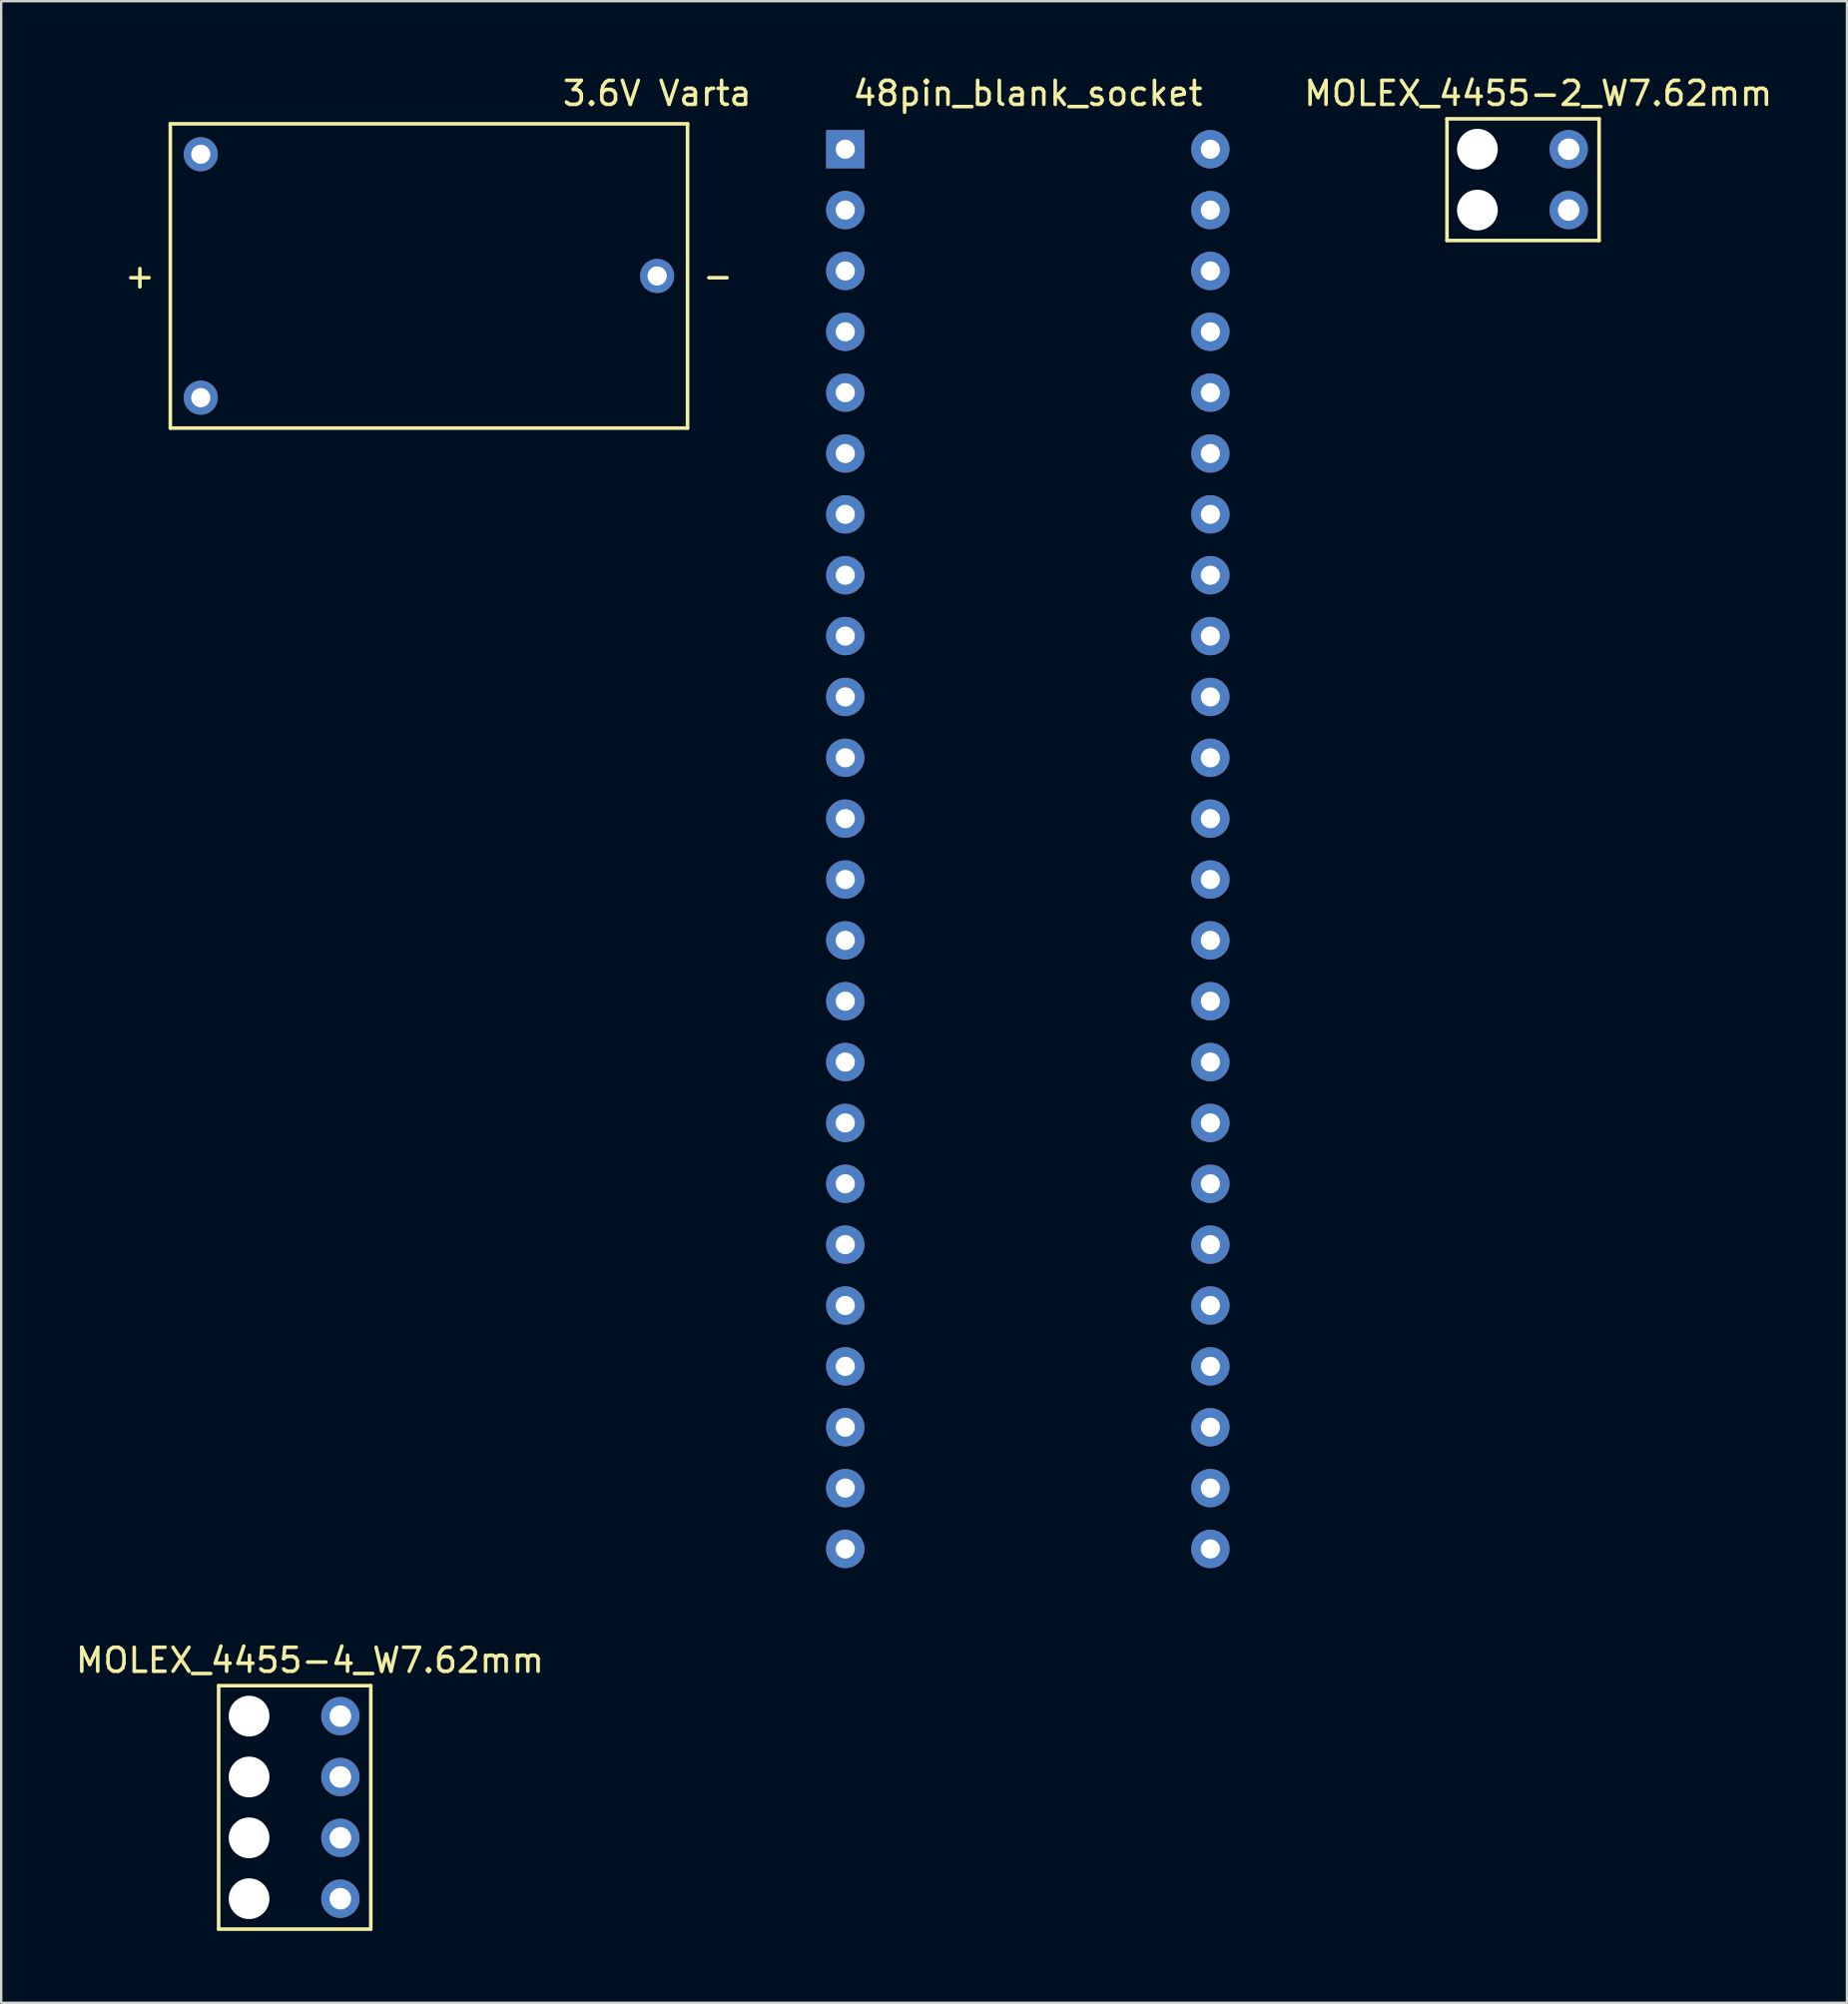
<source format=kicad_pcb>
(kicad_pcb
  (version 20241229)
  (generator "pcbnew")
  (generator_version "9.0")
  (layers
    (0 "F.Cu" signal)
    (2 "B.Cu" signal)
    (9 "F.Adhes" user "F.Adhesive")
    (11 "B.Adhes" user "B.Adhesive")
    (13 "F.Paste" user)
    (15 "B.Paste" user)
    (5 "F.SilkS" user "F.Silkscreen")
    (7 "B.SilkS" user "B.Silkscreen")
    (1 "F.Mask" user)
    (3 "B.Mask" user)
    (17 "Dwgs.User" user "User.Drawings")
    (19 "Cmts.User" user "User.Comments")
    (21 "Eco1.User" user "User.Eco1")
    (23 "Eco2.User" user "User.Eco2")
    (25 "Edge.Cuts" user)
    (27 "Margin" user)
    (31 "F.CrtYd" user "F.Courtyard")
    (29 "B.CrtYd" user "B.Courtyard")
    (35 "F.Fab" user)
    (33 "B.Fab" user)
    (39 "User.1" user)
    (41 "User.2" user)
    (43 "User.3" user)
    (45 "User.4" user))
  (footprint "MOLEX_4455-4_W7.62mm"
    (layer "F.Cu")
    (at 7.347 68.576)
    (property "Reference" "MOLEX_4455-4_W7.62mm" (at 2.54 -2.33 0) (layer "F.SilkS") (effects (font (size 1 1) (thickness 0.15))))
    (attr through_hole)
    (fp_line (start -1.27 -1.27) (end -1.27 8.89) (stroke (width 0.15) (type solid)) (layer "F.SilkS"))
    (fp_line (start -1.27 -1.27) (end 5.08 -1.27) (stroke (width 0.15) (type solid)) (layer "F.SilkS"))
    (fp_line (start -1.27 8.89) (end 5.08 8.89) (stroke (width 0.15) (type solid)) (layer "F.SilkS"))
    (fp_line (start 5.08 -1.27) (end 5.08 8.89) (stroke (width 0.15) (type solid)) (layer "F.SilkS"))
    (pad "" np_thru_hole circle (at 0 0) (size 1.7 1.7) (drill 1.7) (layers "*.Cu" "*.Mask"))
    (pad "" np_thru_hole circle (at 0 2.54) (size 1.7 1.7) (drill 1.7) (layers "*.Cu" "*.Mask"))
    (pad "" np_thru_hole circle (at 0 5.08) (size 1.7 1.7) (drill 1.7) (layers "*.Cu" "*.Mask"))
    (pad "" np_thru_hole circle (at 0 7.62) (size 1.7 1.7) (drill 1.7) (layers "*.Cu" "*.Mask"))
    (pad "1" thru_hole circle (at 3.81 0) (size 1.6 1.6) (drill 0.9) (layers "*.Cu" "*.Mask"))
    (pad "2" thru_hole circle (at 3.81 2.54) (size 1.6 1.6) (drill 0.9) (layers "*.Cu" "*.Mask"))
    (pad "3" thru_hole circle (at 3.81 5.08) (size 1.6 1.6) (drill 0.9) (layers "*.Cu" "*.Mask"))
    (pad "4" thru_hole circle (at 3.81 7.62) (size 1.6 1.6) (drill 0.9) (layers "*.Cu" "*.Mask")))
  (footprint "MOLEX_4455-2_W7.62mm"
    (layer "F.Cu")
    (at 58.62 3.178)
    (property "Reference" "MOLEX_4455-2_W7.62mm" (at 2.54 -2.33 0) (layer "F.SilkS") (effects (font (size 1 1) (thickness 0.15))))
    (attr through_hole)
    (fp_line (start -1.27 3.81) (end -1.27 -1.27) (stroke (width 0.15) (type solid)) (layer "F.SilkS"))
    (fp_line (start 5.08 -1.27) (end -1.27 -1.27) (stroke (width 0.15) (type solid)) (layer "F.SilkS"))
    (fp_line (start 5.08 -1.27) (end 5.08 3.81) (stroke (width 0.15) (type solid)) (layer "F.SilkS"))
    (fp_line (start 5.08 3.81) (end -1.27 3.81) (stroke (width 0.15) (type solid)) (layer "F.SilkS"))
    (pad "" np_thru_hole circle (at 0 0) (size 1.7 1.7) (drill 1.7) (layers "*.Cu" "*.Mask"))
    (pad "" np_thru_hole circle (at 0 2.54) (size 1.7 1.7) (drill 1.7) (layers "*.Cu" "*.Mask"))
    (pad "1" thru_hole circle (at 3.81 0) (size 1.6 1.6) (drill 0.9) (layers "*.Cu" "*.Mask"))
    (pad "2" thru_hole circle (at 3.81 2.54) (size 1.6 1.6) (drill 0.9) (layers "*.Cu" "*.Mask")))
  (footprint "3.6V Varta"
    (layer "F.Cu")
    (at 0.25 2.118)
    (property "Reference" "3.6V Varta" (at 24.13 -1.27 0) (layer "F.SilkS") (effects (font (size 1 1) (thickness 0.15))))
    (attr through_hole)
    (fp_line (start 3.81 0) (end 3.81 12.7) (stroke (width 0.15) (type solid)) (layer "F.SilkS"))
    (fp_line (start 3.81 12.7) (end 25.4 12.7) (stroke (width 0.15) (type solid)) (layer "F.SilkS"))
    (fp_line (start 25.4 0) (end 3.81 0) (stroke (width 0.15) (type solid)) (layer "F.SilkS"))
    (fp_line (start 25.4 12.7) (end 25.4 0) (stroke (width 0.15) (type solid)) (layer "F.SilkS"))
    (fp_text user "-" (at 26.67 6.35 0) (layer "F.SilkS") (effects (font (size 1 1) (thickness 0.15))))
    (fp_text user "+" (at 2.54 6.35 0) (layer "F.SilkS") (effects (font (size 1 1) (thickness 0.15))))
    (pad "1" thru_hole circle (at 5.08 1.27) (size 1.422 1.422) (drill 0.8) (layers "*.Cu" "*.Mask"))
    (pad "2" thru_hole circle (at 5.08 11.43) (size 1.422 1.422) (drill 0.8) (layers "*.Cu" "*.Mask"))
    (pad "3" thru_hole circle (at 24.13 6.35) (size 1.422 1.422) (drill 0.8) (layers "*.Cu" "*.Mask")))
  (footprint "48pin_blank_socket"
    (layer "F.Cu")
    (at 32.234 3.178)
    (property "Reference" "48pin_blank_socket" (at 7.62 -2.33 0) (layer "F.SilkS") (effects (font (size 1 1) (thickness 0.15))))
    (attr through_hole)
    (pad "1" thru_hole rect (at 0 0) (size 1.6 1.6) (drill 0.8) (layers "*.Cu" "*.Mask"))
    (pad "2" thru_hole oval (at 0 2.54) (size 1.6 1.6) (drill 0.8) (layers "*.Cu" "*.Mask"))
    (pad "3" thru_hole oval (at 0 5.08) (size 1.6 1.6) (drill 0.8) (layers "*.Cu" "*.Mask"))
    (pad "4" thru_hole oval (at 0 7.62) (size 1.6 1.6) (drill 0.8) (layers "*.Cu" "*.Mask"))
    (pad "5" thru_hole oval (at 0 10.16) (size 1.6 1.6) (drill 0.8) (layers "*.Cu" "*.Mask"))
    (pad "6" thru_hole oval (at 0 12.7) (size 1.6 1.6) (drill 0.8) (layers "*.Cu" "*.Mask"))
    (pad "7" thru_hole oval (at 0 15.24) (size 1.6 1.6) (drill 0.8) (layers "*.Cu" "*.Mask"))
    (pad "8" thru_hole oval (at 0 17.78) (size 1.6 1.6) (drill 0.8) (layers "*.Cu" "*.Mask"))
    (pad "9" thru_hole oval (at 0 20.32) (size 1.6 1.6) (drill 0.8) (layers "*.Cu" "*.Mask"))
    (pad "10" thru_hole oval (at 0 22.86) (size 1.6 1.6) (drill 0.8) (layers "*.Cu" "*.Mask"))
    (pad "11" thru_hole oval (at 0 25.4) (size 1.6 1.6) (drill 0.8) (layers "*.Cu" "*.Mask"))
    (pad "12" thru_hole oval (at 0 27.94) (size 1.6 1.6) (drill 0.8) (layers "*.Cu" "*.Mask"))
    (pad "13" thru_hole oval (at 0 30.48) (size 1.6 1.6) (drill 0.8) (layers "*.Cu" "*.Mask"))
    (pad "14" thru_hole oval (at 0 33.02) (size 1.6 1.6) (drill 0.8) (layers "*.Cu" "*.Mask"))
    (pad "15" thru_hole oval (at 0 35.56) (size 1.6 1.6) (drill 0.8) (layers "*.Cu" "*.Mask"))
    (pad "16" thru_hole oval (at 0 38.1) (size 1.6 1.6) (drill 0.8) (layers "*.Cu" "*.Mask"))
    (pad "17" thru_hole oval (at 0 40.64) (size 1.6 1.6) (drill 0.8) (layers "*.Cu" "*.Mask"))
    (pad "18" thru_hole oval (at 0 43.18) (size 1.6 1.6) (drill 0.8) (layers "*.Cu" "*.Mask"))
    (pad "19" thru_hole oval (at 0 45.72) (size 1.6 1.6) (drill 0.8) (layers "*.Cu" "*.Mask"))
    (pad "20" thru_hole oval (at 0 48.26) (size 1.6 1.6) (drill 0.8) (layers "*.Cu" "*.Mask"))
    (pad "21" thru_hole oval (at 0 50.8) (size 1.6 1.6) (drill 0.8) (layers "*.Cu" "*.Mask"))
    (pad "22" thru_hole oval (at 0 53.34) (size 1.6 1.6) (drill 0.8) (layers "*.Cu" "*.Mask"))
    (pad "23" thru_hole oval (at 0 55.88) (size 1.6 1.6) (drill 0.8) (layers "*.Cu" "*.Mask"))
    (pad "24" thru_hole oval (at 0 58.42) (size 1.6 1.6) (drill 0.8) (layers "*.Cu" "*.Mask"))
    (pad "25" thru_hole oval (at 15.24 58.42) (size 1.6 1.6) (drill 0.8) (layers "*.Cu" "*.Mask"))
    (pad "26" thru_hole oval (at 15.24 55.88) (size 1.6 1.6) (drill 0.8) (layers "*.Cu" "*.Mask"))
    (pad "27" thru_hole oval (at 15.24 53.34) (size 1.6 1.6) (drill 0.8) (layers "*.Cu" "*.Mask"))
    (pad "28" thru_hole oval (at 15.24 50.8) (size 1.6 1.6) (drill 0.8) (layers "*.Cu" "*.Mask"))
    (pad "29" thru_hole oval (at 15.24 48.26) (size 1.6 1.6) (drill 0.8) (layers "*.Cu" "*.Mask"))
    (pad "30" thru_hole oval (at 15.24 45.72) (size 1.6 1.6) (drill 0.8) (layers "*.Cu" "*.Mask"))
    (pad "31" thru_hole oval (at 15.24 43.18) (size 1.6 1.6) (drill 0.8) (layers "*.Cu" "*.Mask"))
    (pad "32" thru_hole oval (at 15.24 40.64) (size 1.6 1.6) (drill 0.8) (layers "*.Cu" "*.Mask"))
    (pad "33" thru_hole oval (at 15.24 38.1) (size 1.6 1.6) (drill 0.8) (layers "*.Cu" "*.Mask"))
    (pad "34" thru_hole oval (at 15.24 35.56) (size 1.6 1.6) (drill 0.8) (layers "*.Cu" "*.Mask"))
    (pad "35" thru_hole oval (at 15.24 33.02) (size 1.6 1.6) (drill 0.8) (layers "*.Cu" "*.Mask"))
    (pad "36" thru_hole oval (at 15.24 30.48) (size 1.6 1.6) (drill 0.8) (layers "*.Cu" "*.Mask"))
    (pad "37" thru_hole oval (at 15.24 27.94) (size 1.6 1.6) (drill 0.8) (layers "*.Cu" "*.Mask"))
    (pad "38" thru_hole oval (at 15.24 25.4) (size 1.6 1.6) (drill 0.8) (layers "*.Cu" "*.Mask"))
    (pad "39" thru_hole oval (at 15.24 22.86) (size 1.6 1.6) (drill 0.8) (layers "*.Cu" "*.Mask"))
    (pad "40" thru_hole oval (at 15.24 20.32) (size 1.6 1.6) (drill 0.8) (layers "*.Cu" "*.Mask"))
    (pad "41" thru_hole oval (at 15.24 17.78) (size 1.6 1.6) (drill 0.8) (layers "*.Cu" "*.Mask"))
    (pad "42" thru_hole oval (at 15.24 15.24) (size 1.6 1.6) (drill 0.8) (layers "*.Cu" "*.Mask"))
    (pad "43" thru_hole oval (at 15.24 12.7) (size 1.6 1.6) (drill 0.8) (layers "*.Cu" "*.Mask"))
    (pad "44" thru_hole oval (at 15.24 10.16) (size 1.6 1.6) (drill 0.8) (layers "*.Cu" "*.Mask"))
    (pad "45" thru_hole oval (at 15.24 7.62) (size 1.6 1.6) (drill 0.8) (layers "*.Cu" "*.Mask"))
    (pad "46" thru_hole oval (at 15.24 5.08) (size 1.6 1.6) (drill 0.8) (layers "*.Cu" "*.Mask"))
    (pad "47" thru_hole oval (at 15.24 2.54) (size 1.6 1.6) (drill 0.8) (layers "*.Cu" "*.Mask"))
    (pad "48" thru_hole oval (at 15.24 0) (size 1.6 1.6) (drill 0.8) (layers "*.Cu" "*.Mask")))
  (gr_rect
    (start -3 -3)
    (end 74.047 80.541)
    (stroke (width 0.1) (type default))
    (fill no)
    (layer "Edge.Cuts")))
</source>
